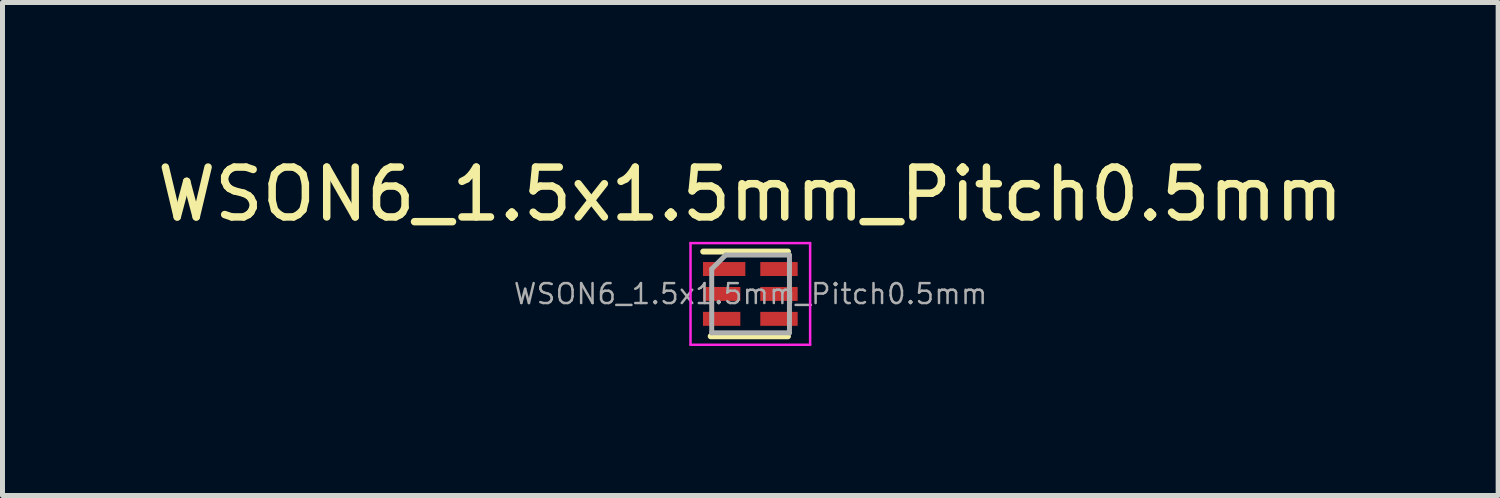
<source format=kicad_pcb>
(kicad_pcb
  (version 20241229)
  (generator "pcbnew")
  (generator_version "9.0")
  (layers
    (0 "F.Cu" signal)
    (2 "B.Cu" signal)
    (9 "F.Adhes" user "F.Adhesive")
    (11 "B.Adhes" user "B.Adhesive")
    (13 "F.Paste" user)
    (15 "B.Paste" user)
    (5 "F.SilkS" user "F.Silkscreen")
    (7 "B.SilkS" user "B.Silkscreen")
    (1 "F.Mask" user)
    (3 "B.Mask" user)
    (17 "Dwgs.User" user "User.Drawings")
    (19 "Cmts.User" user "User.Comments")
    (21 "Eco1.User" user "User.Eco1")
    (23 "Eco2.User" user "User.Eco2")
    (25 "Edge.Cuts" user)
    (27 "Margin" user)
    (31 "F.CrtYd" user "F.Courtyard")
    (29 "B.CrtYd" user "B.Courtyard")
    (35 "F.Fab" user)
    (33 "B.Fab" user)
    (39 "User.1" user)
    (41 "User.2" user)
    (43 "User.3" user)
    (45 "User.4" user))
  (footprint "WSON6_1.5x1.5mm_Pitch0.5mm"
    (layer "F.Cu")
    (at 12.006 2.848)
    (property "Reference" "WSON6_1.5x1.5mm_Pitch0.5mm" (at 0 -2 0) (layer "F.SilkS") (effects (font (size 1 1) (thickness 0.15))))
    (attr smd)
    (fp_line (start -0.945 -0.85) (end 0.755 -0.85) (stroke (width 0.12) (type solid)) (layer "F.SilkS"))
    (fp_line (start -0.795 0.85) (end 0.755 0.85) (stroke (width 0.12) (type solid)) (layer "F.SilkS"))
    (fp_line (start -1.2 1.02) (end -1.2 -1.02) (stroke (width 0.05) (type solid)) (layer "F.CrtYd"))
    (fp_line (start -1.2 1.02) (end 1.2 1.02) (stroke (width 0.05) (type solid)) (layer "F.CrtYd"))
    (fp_line (start 1.2 -1.02) (end -1.2 -1.02) (stroke (width 0.05) (type solid)) (layer "F.CrtYd"))
    (fp_line (start 1.2 -1.02) (end 1.2 1.02) (stroke (width 0.05) (type solid)) (layer "F.CrtYd"))
    (fp_line (start -0.775 -0.5) (end -0.775 0.78) (stroke (width 0.1) (type solid)) (layer "F.Fab"))
    (fp_line (start -0.775 0.78) (end 0.785 0.78) (stroke (width 0.1) (type solid)) (layer "F.Fab"))
    (fp_line (start -0.495 -0.78) (end -0.775 -0.5) (stroke (width 0.1) (type solid)) (layer "F.Fab"))
    (fp_line (start 0.785 -0.78) (end -0.495 -0.78) (stroke (width 0.1) (type solid)) (layer "F.Fab"))
    (fp_line (start 0.785 -0.78) (end 0.785 0.78) (stroke (width 0.1) (type solid)) (layer "F.Fab"))
    (fp_text user "${REFERENCE}" (at 0.005 0 0) (layer "F.Fab") (effects (font (size 0.4 0.4) (thickness 0.05))))
    (pad "1" smd rect (at -0.525 -0.5 270) (size 0.28 0.85) (layers "F.Cu" "F.Mask" "F.Paste"))
    (pad "2" smd rect (at -0.575 0 270) (size 0.28 0.75) (layers "F.Cu" "F.Mask" "F.Paste"))
    (pad "3" smd rect (at -0.575 0.5 270) (size 0.28 0.75) (layers "F.Cu" "F.Mask" "F.Paste"))
    (pad "4" smd rect (at 0.575 0.5 270) (size 0.28 0.75) (layers "F.Cu" "F.Mask" "F.Paste"))
    (pad "5" smd rect (at 0.575 0 270) (size 0.28 0.75) (layers "F.Cu" "F.Mask" "F.Paste"))
    (pad "6" smd rect (at 0.575 -0.5 270) (size 0.28 0.75) (layers "F.Cu" "F.Mask" "F.Paste")))
  (gr_rect
    (start -3 -3)
    (end 27.012 6.893)
    (stroke (width 0.1) (type default))
    (fill no)
    (layer "Edge.Cuts")))
</source>
